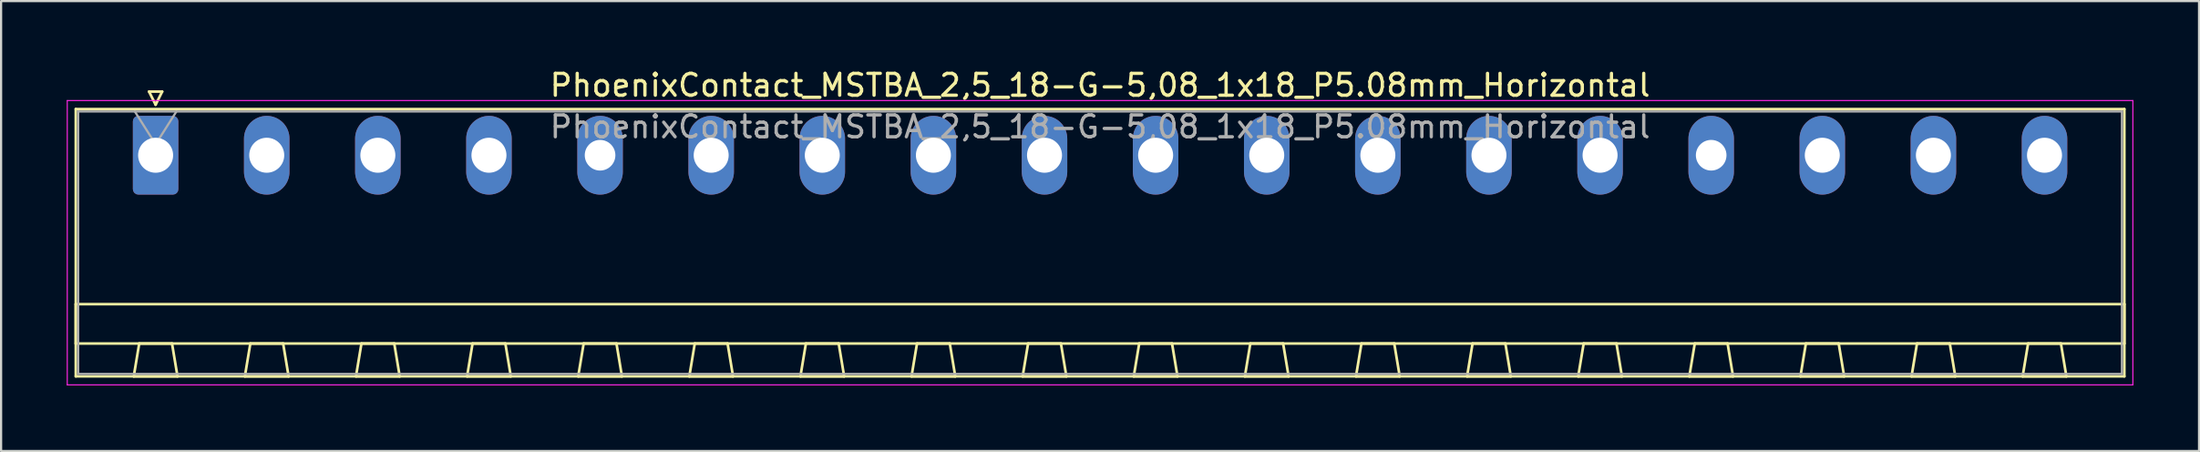
<source format=kicad_pcb>
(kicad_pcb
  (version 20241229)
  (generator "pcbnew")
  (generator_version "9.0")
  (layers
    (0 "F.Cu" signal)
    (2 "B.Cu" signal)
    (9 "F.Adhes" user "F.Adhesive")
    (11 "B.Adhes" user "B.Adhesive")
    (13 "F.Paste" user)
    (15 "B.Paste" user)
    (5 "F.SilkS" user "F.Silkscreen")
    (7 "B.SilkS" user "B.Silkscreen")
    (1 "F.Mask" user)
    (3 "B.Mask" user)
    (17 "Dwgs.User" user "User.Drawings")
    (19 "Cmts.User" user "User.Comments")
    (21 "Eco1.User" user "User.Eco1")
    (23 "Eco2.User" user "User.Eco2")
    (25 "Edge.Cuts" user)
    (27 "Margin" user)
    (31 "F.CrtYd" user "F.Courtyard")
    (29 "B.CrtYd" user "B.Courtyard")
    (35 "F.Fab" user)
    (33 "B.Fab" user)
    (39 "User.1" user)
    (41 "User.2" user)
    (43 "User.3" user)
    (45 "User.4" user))
  (footprint "PhoenixContact_MSTBA_2,5_18-G-5,08_1x18_P5.08mm_Horizontal"
    (layer "F.Cu")
    (at 4.065 4.048)
    (property "Reference" "PhoenixContact_MSTBA_2,5_18-G-5,08_1x18_P5.08mm_Horizontal" (at 43.18 -3.2 0) (layer "F.SilkS") (effects (font (size 1 1) (thickness 0.15))))
    (attr through_hole)
    (fp_line (start -3.65 -2.11) (end -3.65 10.11) (stroke (width 0.12) (type solid)) (layer "F.SilkS"))
    (fp_line (start -3.65 6.81) (end 90.01 6.81) (stroke (width 0.12) (type solid)) (layer "F.SilkS"))
    (fp_line (start -3.65 8.61) (end -3.65 6.81) (stroke (width 0.12) (type solid)) (layer "F.SilkS"))
    (fp_line (start -3.65 10.11) (end 90.01 10.11) (stroke (width 0.12) (type solid)) (layer "F.SilkS"))
    (fp_line (start -1 10.11) (end 1 10.11) (stroke (width 0.12) (type solid)) (layer "F.SilkS"))
    (fp_line (start -0.75 8.61) (end -1 10.11) (stroke (width 0.12) (type solid)) (layer "F.SilkS"))
    (fp_line (start -0.3 -2.91) (end 0.3 -2.91) (stroke (width 0.12) (type solid)) (layer "F.SilkS"))
    (fp_line (start 0 -2.31) (end -0.3 -2.91) (stroke (width 0.12) (type solid)) (layer "F.SilkS"))
    (fp_line (start 0.3 -2.91) (end 0 -2.31) (stroke (width 0.12) (type solid)) (layer "F.SilkS"))
    (fp_line (start 0.75 8.61) (end -0.75 8.61) (stroke (width 0.12) (type solid)) (layer "F.SilkS"))
    (fp_line (start 1 10.11) (end 0.75 8.61) (stroke (width 0.12) (type solid)) (layer "F.SilkS"))
    (fp_line (start 4.08 10.11) (end 6.08 10.11) (stroke (width 0.12) (type solid)) (layer "F.SilkS"))
    (fp_line (start 4.33 8.61) (end 4.08 10.11) (stroke (width 0.12) (type solid)) (layer "F.SilkS"))
    (fp_line (start 5.83 8.61) (end 4.33 8.61) (stroke (width 0.12) (type solid)) (layer "F.SilkS"))
    (fp_line (start 6.08 10.11) (end 5.83 8.61) (stroke (width 0.12) (type solid)) (layer "F.SilkS"))
    (fp_line (start 9.16 10.11) (end 11.16 10.11) (stroke (width 0.12) (type solid)) (layer "F.SilkS"))
    (fp_line (start 9.41 8.61) (end 9.16 10.11) (stroke (width 0.12) (type solid)) (layer "F.SilkS"))
    (fp_line (start 10.91 8.61) (end 9.41 8.61) (stroke (width 0.12) (type solid)) (layer "F.SilkS"))
    (fp_line (start 11.16 10.11) (end 10.91 8.61) (stroke (width 0.12) (type solid)) (layer "F.SilkS"))
    (fp_line (start 14.24 10.11) (end 16.24 10.11) (stroke (width 0.12) (type solid)) (layer "F.SilkS"))
    (fp_line (start 14.49 8.61) (end 14.24 10.11) (stroke (width 0.12) (type solid)) (layer "F.SilkS"))
    (fp_line (start 15.99 8.61) (end 14.49 8.61) (stroke (width 0.12) (type solid)) (layer "F.SilkS"))
    (fp_line (start 16.24 10.11) (end 15.99 8.61) (stroke (width 0.12) (type solid)) (layer "F.SilkS"))
    (fp_line (start 19.32 10.11) (end 21.32 10.11) (stroke (width 0.12) (type solid)) (layer "F.SilkS"))
    (fp_line (start 19.57 8.61) (end 19.32 10.11) (stroke (width 0.12) (type solid)) (layer "F.SilkS"))
    (fp_line (start 21.07 8.61) (end 19.57 8.61) (stroke (width 0.12) (type solid)) (layer "F.SilkS"))
    (fp_line (start 21.32 10.11) (end 21.07 8.61) (stroke (width 0.12) (type solid)) (layer "F.SilkS"))
    (fp_line (start 24.4 10.11) (end 26.4 10.11) (stroke (width 0.12) (type solid)) (layer "F.SilkS"))
    (fp_line (start 24.65 8.61) (end 24.4 10.11) (stroke (width 0.12) (type solid)) (layer "F.SilkS"))
    (fp_line (start 26.15 8.61) (end 24.65 8.61) (stroke (width 0.12) (type solid)) (layer "F.SilkS"))
    (fp_line (start 26.4 10.11) (end 26.15 8.61) (stroke (width 0.12) (type solid)) (layer "F.SilkS"))
    (fp_line (start 29.48 10.11) (end 31.48 10.11) (stroke (width 0.12) (type solid)) (layer "F.SilkS"))
    (fp_line (start 29.73 8.61) (end 29.48 10.11) (stroke (width 0.12) (type solid)) (layer "F.SilkS"))
    (fp_line (start 31.23 8.61) (end 29.73 8.61) (stroke (width 0.12) (type solid)) (layer "F.SilkS"))
    (fp_line (start 31.48 10.11) (end 31.23 8.61) (stroke (width 0.12) (type solid)) (layer "F.SilkS"))
    (fp_line (start 34.56 10.11) (end 36.56 10.11) (stroke (width 0.12) (type solid)) (layer "F.SilkS"))
    (fp_line (start 34.81 8.61) (end 34.56 10.11) (stroke (width 0.12) (type solid)) (layer "F.SilkS"))
    (fp_line (start 36.31 8.61) (end 34.81 8.61) (stroke (width 0.12) (type solid)) (layer "F.SilkS"))
    (fp_line (start 36.56 10.11) (end 36.31 8.61) (stroke (width 0.12) (type solid)) (layer "F.SilkS"))
    (fp_line (start 39.64 10.11) (end 41.64 10.11) (stroke (width 0.12) (type solid)) (layer "F.SilkS"))
    (fp_line (start 39.89 8.61) (end 39.64 10.11) (stroke (width 0.12) (type solid)) (layer "F.SilkS"))
    (fp_line (start 41.39 8.61) (end 39.89 8.61) (stroke (width 0.12) (type solid)) (layer "F.SilkS"))
    (fp_line (start 41.64 10.11) (end 41.39 8.61) (stroke (width 0.12) (type solid)) (layer "F.SilkS"))
    (fp_line (start 44.72 10.11) (end 46.72 10.11) (stroke (width 0.12) (type solid)) (layer "F.SilkS"))
    (fp_line (start 44.97 8.61) (end 44.72 10.11) (stroke (width 0.12) (type solid)) (layer "F.SilkS"))
    (fp_line (start 46.47 8.61) (end 44.97 8.61) (stroke (width 0.12) (type solid)) (layer "F.SilkS"))
    (fp_line (start 46.72 10.11) (end 46.47 8.61) (stroke (width 0.12) (type solid)) (layer "F.SilkS"))
    (fp_line (start 49.8 10.11) (end 51.8 10.11) (stroke (width 0.12) (type solid)) (layer "F.SilkS"))
    (fp_line (start 50.05 8.61) (end 49.8 10.11) (stroke (width 0.12) (type solid)) (layer "F.SilkS"))
    (fp_line (start 51.55 8.61) (end 50.05 8.61) (stroke (width 0.12) (type solid)) (layer "F.SilkS"))
    (fp_line (start 51.8 10.11) (end 51.55 8.61) (stroke (width 0.12) (type solid)) (layer "F.SilkS"))
    (fp_line (start 54.88 10.11) (end 56.88 10.11) (stroke (width 0.12) (type solid)) (layer "F.SilkS"))
    (fp_line (start 55.13 8.61) (end 54.88 10.11) (stroke (width 0.12) (type solid)) (layer "F.SilkS"))
    (fp_line (start 56.63 8.61) (end 55.13 8.61) (stroke (width 0.12) (type solid)) (layer "F.SilkS"))
    (fp_line (start 56.88 10.11) (end 56.63 8.61) (stroke (width 0.12) (type solid)) (layer "F.SilkS"))
    (fp_line (start 59.96 10.11) (end 61.96 10.11) (stroke (width 0.12) (type solid)) (layer "F.SilkS"))
    (fp_line (start 60.21 8.61) (end 59.96 10.11) (stroke (width 0.12) (type solid)) (layer "F.SilkS"))
    (fp_line (start 61.71 8.61) (end 60.21 8.61) (stroke (width 0.12) (type solid)) (layer "F.SilkS"))
    (fp_line (start 61.96 10.11) (end 61.71 8.61) (stroke (width 0.12) (type solid)) (layer "F.SilkS"))
    (fp_line (start 65.04 10.11) (end 67.04 10.11) (stroke (width 0.12) (type solid)) (layer "F.SilkS"))
    (fp_line (start 65.29 8.61) (end 65.04 10.11) (stroke (width 0.12) (type solid)) (layer "F.SilkS"))
    (fp_line (start 66.79 8.61) (end 65.29 8.61) (stroke (width 0.12) (type solid)) (layer "F.SilkS"))
    (fp_line (start 67.04 10.11) (end 66.79 8.61) (stroke (width 0.12) (type solid)) (layer "F.SilkS"))
    (fp_line (start 70.12 10.11) (end 72.12 10.11) (stroke (width 0.12) (type solid)) (layer "F.SilkS"))
    (fp_line (start 70.37 8.61) (end 70.12 10.11) (stroke (width 0.12) (type solid)) (layer "F.SilkS"))
    (fp_line (start 71.87 8.61) (end 70.37 8.61) (stroke (width 0.12) (type solid)) (layer "F.SilkS"))
    (fp_line (start 72.12 10.11) (end 71.87 8.61) (stroke (width 0.12) (type solid)) (layer "F.SilkS"))
    (fp_line (start 75.2 10.11) (end 77.2 10.11) (stroke (width 0.12) (type solid)) (layer "F.SilkS"))
    (fp_line (start 75.45 8.61) (end 75.2 10.11) (stroke (width 0.12) (type solid)) (layer "F.SilkS"))
    (fp_line (start 76.95 8.61) (end 75.45 8.61) (stroke (width 0.12) (type solid)) (layer "F.SilkS"))
    (fp_line (start 77.2 10.11) (end 76.95 8.61) (stroke (width 0.12) (type solid)) (layer "F.SilkS"))
    (fp_line (start 80.28 10.11) (end 82.28 10.11) (stroke (width 0.12) (type solid)) (layer "F.SilkS"))
    (fp_line (start 80.53 8.61) (end 80.28 10.11) (stroke (width 0.12) (type solid)) (layer "F.SilkS"))
    (fp_line (start 82.03 8.61) (end 80.53 8.61) (stroke (width 0.12) (type solid)) (layer "F.SilkS"))
    (fp_line (start 82.28 10.11) (end 82.03 8.61) (stroke (width 0.12) (type solid)) (layer "F.SilkS"))
    (fp_line (start 85.36 10.11) (end 87.36 10.11) (stroke (width 0.12) (type solid)) (layer "F.SilkS"))
    (fp_line (start 85.61 8.61) (end 85.36 10.11) (stroke (width 0.12) (type solid)) (layer "F.SilkS"))
    (fp_line (start 87.11 8.61) (end 85.61 8.61) (stroke (width 0.12) (type solid)) (layer "F.SilkS"))
    (fp_line (start 87.36 10.11) (end 87.11 8.61) (stroke (width 0.12) (type solid)) (layer "F.SilkS"))
    (fp_line (start 90.01 -2.11) (end -3.65 -2.11) (stroke (width 0.12) (type solid)) (layer "F.SilkS"))
    (fp_line (start 90.01 6.81) (end 90.01 8.61) (stroke (width 0.12) (type solid)) (layer "F.SilkS"))
    (fp_line (start 90.01 8.61) (end -3.65 8.61) (stroke (width 0.12) (type solid)) (layer "F.SilkS"))
    (fp_line (start 90.01 10.11) (end 90.01 -2.11) (stroke (width 0.12) (type solid)) (layer "F.SilkS"))
    (fp_line (start -4.04 -2.5) (end -4.04 10.5) (stroke (width 0.05) (type solid)) (layer "F.CrtYd"))
    (fp_line (start -4.04 10.5) (end 90.4 10.5) (stroke (width 0.05) (type solid)) (layer "F.CrtYd"))
    (fp_line (start 90.4 -2.5) (end -4.04 -2.5) (stroke (width 0.05) (type solid)) (layer "F.CrtYd"))
    (fp_line (start 90.4 10.5) (end 90.4 -2.5) (stroke (width 0.05) (type solid)) (layer "F.CrtYd"))
    (fp_line (start -3.54 -2) (end -3.54 10) (stroke (width 0.1) (type solid)) (layer "F.Fab"))
    (fp_line (start -3.54 10) (end 89.9 10) (stroke (width 0.1) (type solid)) (layer "F.Fab"))
    (fp_line (start 0 -0.5) (end -0.95 -2) (stroke (width 0.1) (type solid)) (layer "F.Fab"))
    (fp_line (start 0.95 -2) (end 0 -0.5) (stroke (width 0.1) (type solid)) (layer "F.Fab"))
    (fp_line (start 89.9 -2) (end -3.54 -2) (stroke (width 0.1) (type solid)) (layer "F.Fab"))
    (fp_line (start 89.9 10) (end 89.9 -2) (stroke (width 0.1) (type solid)) (layer "F.Fab"))
    (fp_text user "${REFERENCE}" (at 43.18 -1.3 0) (layer "F.Fab") (effects (font (size 1 1) (thickness 0.15))))
    (pad "1" thru_hole roundrect (at 0 0) (size 2.08 3.6) (drill 1.6) (layers "*.Cu" "*.Mask") (roundrect_rratio 0.12))
    (pad "2" thru_hole oval (at 5.08 0) (size 2.08 3.6) (drill 1.6) (layers "*.Cu" "*.Mask"))
    (pad "3" thru_hole oval (at 10.16 0) (size 2.08 3.6) (drill 1.6) (layers "*.Cu" "*.Mask"))
    (pad "4" thru_hole oval (at 15.24 0) (size 2.08 3.6) (drill 1.6) (layers "*.Cu" "*.Mask"))
    (pad "5" thru_hole oval (at 20.32 0) (size 2.08 3.6) (drill 1.4) (layers "*.Cu" "*.Mask"))
    (pad "6" thru_hole oval (at 25.4 0) (size 2.08 3.6) (drill 1.6) (layers "*.Cu" "*.Mask"))
    (pad "7" thru_hole oval (at 30.48 0) (size 2.08 3.6) (drill 1.6) (layers "*.Cu" "*.Mask"))
    (pad "8" thru_hole oval (at 35.56 0) (size 2.08 3.6) (drill 1.6) (layers "*.Cu" "*.Mask"))
    (pad "9" thru_hole oval (at 40.64 0) (size 2.08 3.6) (drill 1.6) (layers "*.Cu" "*.Mask"))
    (pad "10" thru_hole oval (at 45.72 0) (size 2.08 3.6) (drill 1.6) (layers "*.Cu" "*.Mask"))
    (pad "11" thru_hole oval (at 50.8 0) (size 2.08 3.6) (drill 1.6) (layers "*.Cu" "*.Mask"))
    (pad "12" thru_hole oval (at 55.88 0) (size 2.08 3.6) (drill 1.6) (layers "*.Cu" "*.Mask"))
    (pad "13" thru_hole oval (at 60.96 0) (size 2.08 3.6) (drill 1.6) (layers "*.Cu" "*.Mask"))
    (pad "14" thru_hole oval (at 66.04 0) (size 2.08 3.6) (drill 1.6) (layers "*.Cu" "*.Mask"))
    (pad "15" thru_hole oval (at 71.12 0) (size 2.08 3.6) (drill 1.4) (layers "*.Cu" "*.Mask"))
    (pad "16" thru_hole oval (at 76.2 0) (size 2.08 3.6) (drill 1.6) (layers "*.Cu" "*.Mask"))
    (pad "17" thru_hole oval (at 81.28 0) (size 2.08 3.6) (drill 1.6) (layers "*.Cu" "*.Mask"))
    (pad "18" thru_hole oval (at 86.36 0) (size 2.08 3.6) (drill 1.6) (layers "*.Cu" "*.Mask")))
  (gr_rect
    (start -3 -3)
    (end 97.49 17.573)
    (stroke (width 0.1) (type default))
    (fill no)
    (layer "Edge.Cuts")))
</source>
